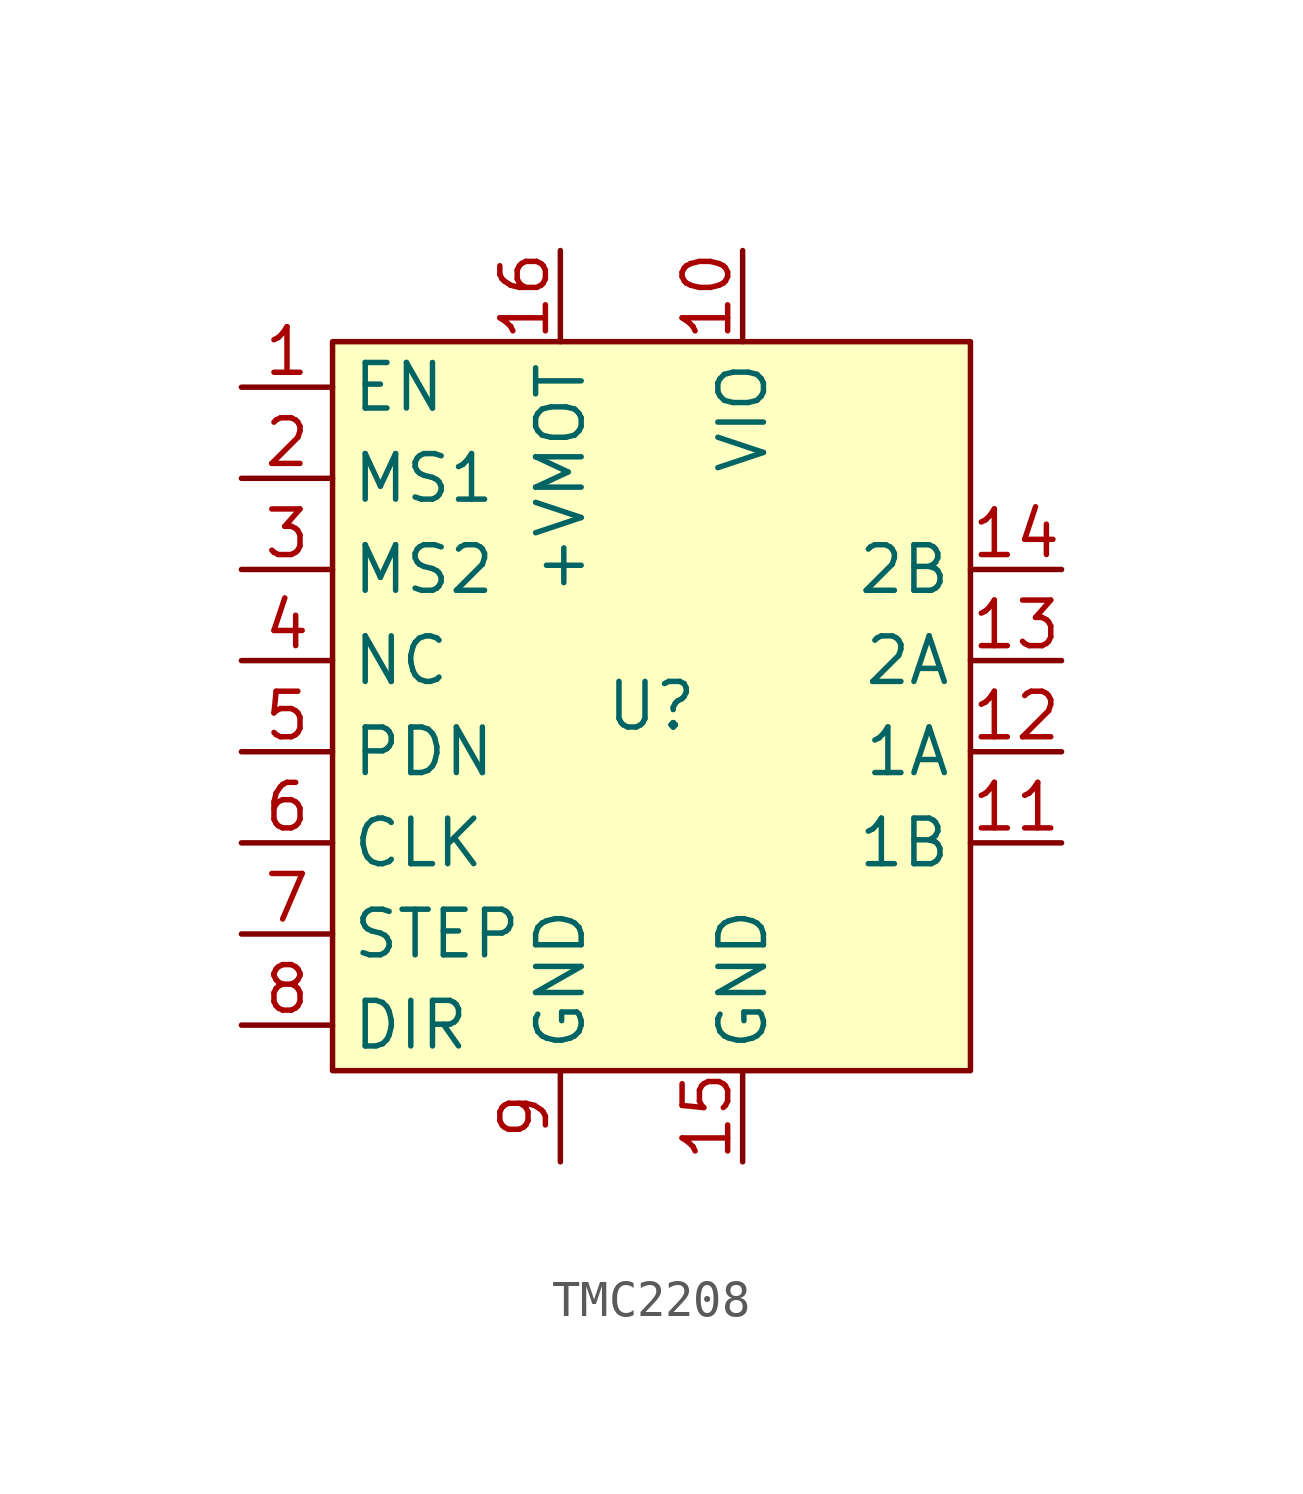
<source format=kicad_sym>
(kicad_symbol_lib
  (version 20241209)
  (generator "kicad_symbol_editor")
  (generator_version "9.0")
  (symbol "TMC2208"
    (property "Reference" "U"
      (at 0 0 0)
      (effects (font (size 1.27 1.27))))
    (property "Value" ""
      (at 0 -2.54 0)
      (effects (font (size 1.27 1.27))))
    (symbol "TMC2208_1_1"
      (rectangle (start -8.89 10.16) (end 8.89 -10.16) (stroke (width 0) (type default)) (fill (type background)))
      (pin input line (at -11.43 8.89 0) (length 2.54) (name "EN" (effects (font (size 1.27 1.27)))) (number "1" (effects (font (size 1.27 1.27)))))
      (pin input line (at -11.43 6.35 0) (length 2.54) (name "MS1" (effects (font (size 1.27 1.27)))) (number "2" (effects (font (size 1.27 1.27)))))
      (pin input line (at -11.43 3.81 0) (length 2.54) (name "MS2" (effects (font (size 1.27 1.27)))) (number "3" (effects (font (size 1.27 1.27)))))
      (pin input line (at -11.43 1.27 0) (length 2.54) (name "NC" (effects (font (size 1.27 1.27)))) (number "4" (effects (font (size 1.27 1.27)))))
      (pin input line (at -11.43 -1.27 0) (length 2.54) (name "PDN" (effects (font (size 1.27 1.27)))) (number "5" (effects (font (size 1.27 1.27)))))
      (pin input line (at -11.43 -3.81 0) (length 2.54) (name "CLK" (effects (font (size 1.27 1.27)))) (number "6" (effects (font (size 1.27 1.27)))))
      (pin input line (at -11.43 -6.35 0) (length 2.54) (name "STEP" (effects (font (size 1.27 1.27)))) (number "7" (effects (font (size 1.27 1.27)))))
      (pin input line (at -11.43 -8.89 0) (length 2.54) (name "DIR" (effects (font (size 1.27 1.27)))) (number "8" (effects (font (size 1.27 1.27)))))
      (pin power_in line (at -2.54 12.7 270) (length 2.54) (name "+VMOT" (effects (font (size 1.27 1.27)))) (number "16" (effects (font (size 1.27 1.27)))))
      (pin power_in line (at -2.54 -12.7 90) (length 2.54) (name "GND" (effects (font (size 1.27 1.27)))) (number "9" (effects (font (size 1.27 1.27)))))
      (pin power_in line (at 2.54 12.7 270) (length 2.54) (name "VIO" (effects (font (size 1.27 1.27)))) (number "10" (effects (font (size 1.27 1.27)))))
      (pin power_in line (at 2.54 -12.7 90) (length 2.54) (name "GND" (effects (font (size 1.27 1.27)))) (number "15" (effects (font (size 1.27 1.27)))))
      (pin output line (at 11.43 3.81 180) (length 2.54) (name "2B" (effects (font (size 1.27 1.27)))) (number "14" (effects (font (size 1.27 1.27)))))
      (pin output line (at 11.43 1.27 180) (length 2.54) (name "2A" (effects (font (size 1.27 1.27)))) (number "13" (effects (font (size 1.27 1.27)))))
      (pin output line (at 11.43 -1.27 180) (length 2.54) (name "1A" (effects (font (size 1.27 1.27)))) (number "12" (effects (font (size 1.27 1.27)))))
      (pin output line (at 11.43 -3.81 180) (length 2.54) (name "1B" (effects (font (size 1.27 1.27)))) (number "11" (effects (font (size 1.27 1.27))))))))
</source>
